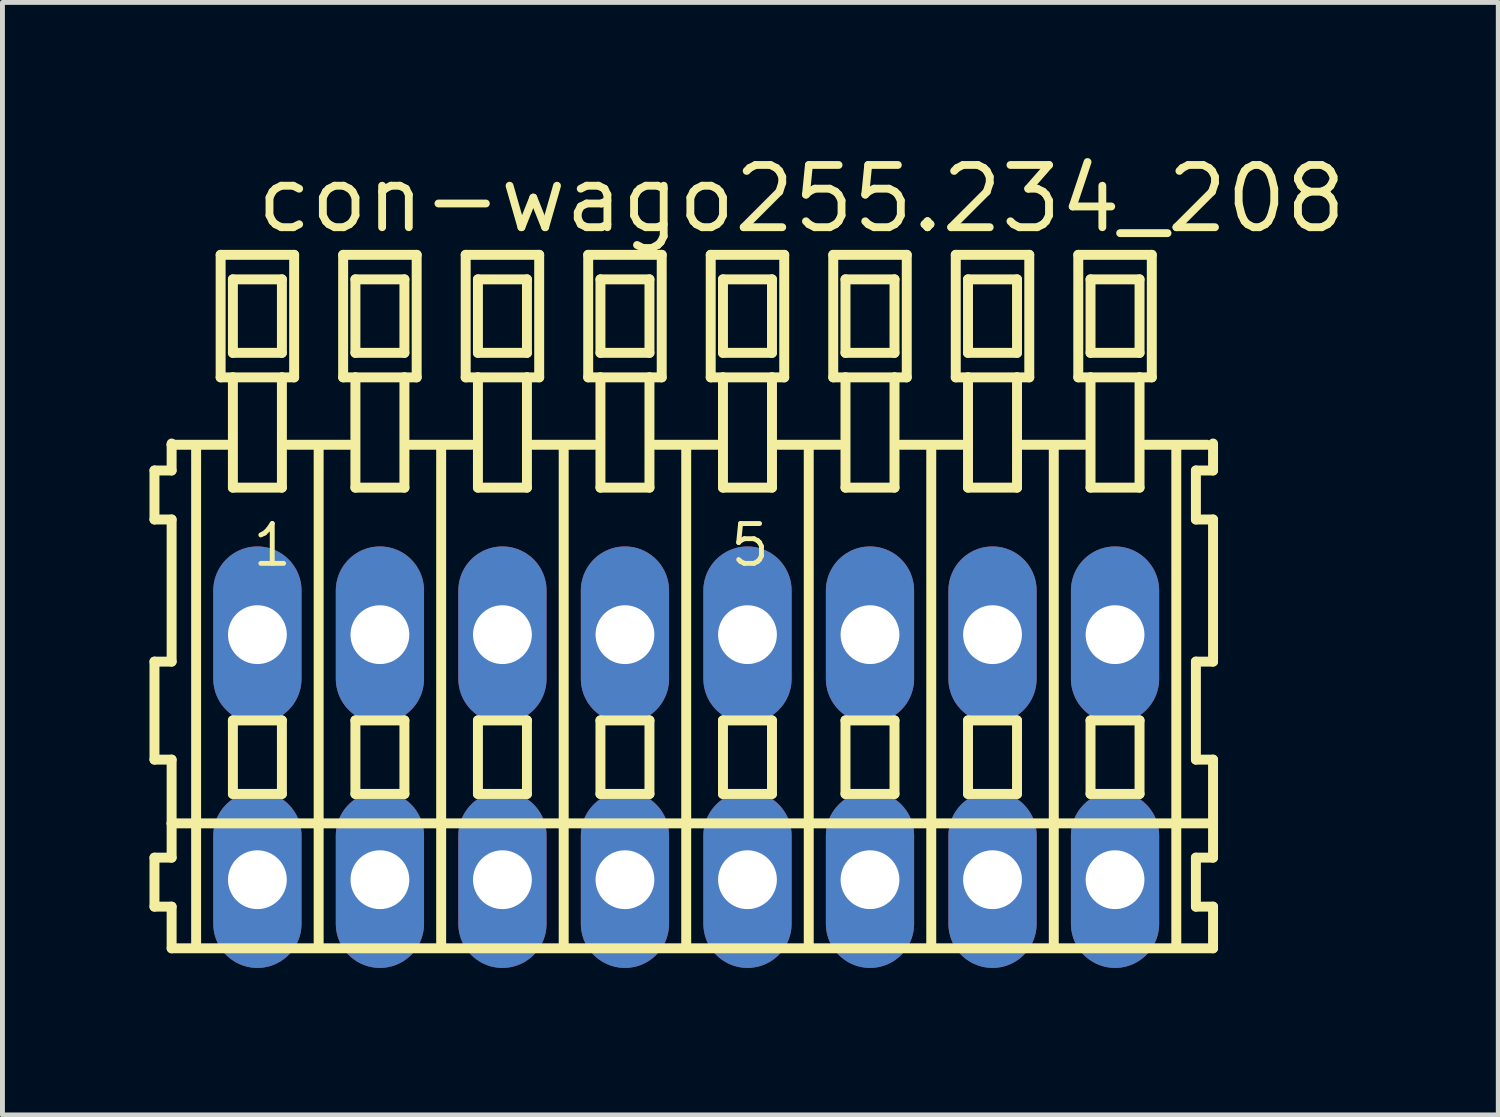
<source format=kicad_pcb>
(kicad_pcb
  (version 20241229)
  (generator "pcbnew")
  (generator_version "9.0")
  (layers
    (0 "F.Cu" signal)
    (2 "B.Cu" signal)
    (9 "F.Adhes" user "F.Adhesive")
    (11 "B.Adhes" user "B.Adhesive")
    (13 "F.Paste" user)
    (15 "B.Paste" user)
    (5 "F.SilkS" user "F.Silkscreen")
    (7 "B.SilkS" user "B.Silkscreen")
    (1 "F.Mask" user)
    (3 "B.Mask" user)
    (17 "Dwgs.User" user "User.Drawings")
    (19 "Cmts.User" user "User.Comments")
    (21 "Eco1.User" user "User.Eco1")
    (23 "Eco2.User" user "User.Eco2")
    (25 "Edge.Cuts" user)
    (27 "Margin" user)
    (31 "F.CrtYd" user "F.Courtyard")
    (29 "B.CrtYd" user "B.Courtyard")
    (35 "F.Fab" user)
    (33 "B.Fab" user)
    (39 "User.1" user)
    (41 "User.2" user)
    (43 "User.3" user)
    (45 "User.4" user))
  (footprint "con-wago255.234_208"
    (layer "F.Cu")
    (at 10.952 12.4)
    (property "Reference" "con-wago255.234_208" (at -8.85 -10.65 0) (layer "F.SilkS") (effects (font (size 1.27 1.27) (thickness 0.16)) (justify left bottom)))
    (attr through_hole)
    (fp_line (start -10.85 -5.85) (end -10.85 -4.85) (stroke (width 0.203) (type default)) (layer "F.SilkS"))
    (fp_line (start -10.85 -4.85) (end -10.5 -4.85) (stroke (width 0.203) (type default)) (layer "F.SilkS"))
    (fp_line (start -10.85 -1.95) (end -10.85 0.05) (stroke (width 0.203) (type default)) (layer "F.SilkS"))
    (fp_line (start -10.85 0.05) (end -10.5 0.05) (stroke (width 0.203) (type default)) (layer "F.SilkS"))
    (fp_line (start -10.85 2.05) (end -10.85 3.05) (stroke (width 0.203) (type default)) (layer "F.SilkS"))
    (fp_line (start -10.85 3.05) (end -10.5 3.05) (stroke (width 0.203) (type default)) (layer "F.SilkS"))
    (fp_line (start -10.5 -6.4) (end -10.5 -6.375) (stroke (width 0.203) (type default)) (layer "F.SilkS"))
    (fp_line (start -10.5 -6.375) (end -10.5 -5.85) (stroke (width 0.203) (type default)) (layer "F.SilkS"))
    (fp_line (start -10.5 -6.375) (end -9.375 -6.375) (stroke (width 0.203) (type default)) (layer "F.SilkS"))
    (fp_line (start -10.5 -5.85) (end -10.85 -5.85) (stroke (width 0.203) (type default)) (layer "F.SilkS"))
    (fp_line (start -10.5 -4.85) (end -10.5 -1.95) (stroke (width 0.203) (type default)) (layer "F.SilkS"))
    (fp_line (start -10.5 -1.95) (end -10.85 -1.95) (stroke (width 0.203) (type default)) (layer "F.SilkS"))
    (fp_line (start -10.5 0.05) (end -10.5 1.35) (stroke (width 0.203) (type default)) (layer "F.SilkS"))
    (fp_line (start -10.5 1.35) (end -10.5 2.05) (stroke (width 0.203) (type default)) (layer "F.SilkS"))
    (fp_line (start -10.5 1.35) (end 10.75 1.35) (stroke (width 0.203) (type default)) (layer "F.SilkS"))
    (fp_line (start -10.5 2.05) (end -10.85 2.05) (stroke (width 0.203) (type default)) (layer "F.SilkS"))
    (fp_line (start -10.5 3.05) (end -10.5 3.9) (stroke (width 0.203) (type default)) (layer "F.SilkS"))
    (fp_line (start -10.5 3.9) (end 10.75 3.9) (stroke (width 0.203) (type default)) (layer "F.SilkS"))
    (fp_line (start -10 -6.35) (end -10 3.8) (stroke (width 0.203) (type default)) (layer "F.SilkS"))
    (fp_line (start -9.5 -10.25) (end -9.5 -7.75) (stroke (width 0.203) (type default)) (layer "F.SilkS"))
    (fp_line (start -9.5 -7.75) (end -9.25 -7.75) (stroke (width 0.203) (type default)) (layer "F.SilkS"))
    (fp_line (start -9.25 -9.75) (end -9.25 -8.25) (stroke (width 0.203) (type default)) (layer "F.SilkS"))
    (fp_line (start -9.25 -8.25) (end -8.25 -8.25) (stroke (width 0.203) (type default)) (layer "F.SilkS"))
    (fp_line (start -9.25 -7.75) (end -9.25 -5.5) (stroke (width 0.203) (type default)) (layer "F.SilkS"))
    (fp_line (start -9.25 -7.75) (end -8.25 -7.75) (stroke (width 0.203) (type default)) (layer "F.SilkS"))
    (fp_line (start -9.25 -5.5) (end -8.25 -5.5) (stroke (width 0.203) (type default)) (layer "F.SilkS"))
    (fp_line (start -9.25 -0.75) (end -9.25 0.75) (stroke (width 0.203) (type default)) (layer "F.SilkS"))
    (fp_line (start -9.25 0.75) (end -8.25 0.75) (stroke (width 0.203) (type default)) (layer "F.SilkS"))
    (fp_line (start -8.25 -9.75) (end -9.25 -9.75) (stroke (width 0.203) (type default)) (layer "F.SilkS"))
    (fp_line (start -8.25 -8.25) (end -8.25 -9.75) (stroke (width 0.203) (type default)) (layer "F.SilkS"))
    (fp_line (start -8.25 -7.75) (end -8 -7.75) (stroke (width 0.203) (type default)) (layer "F.SilkS"))
    (fp_line (start -8.25 -5.5) (end -8.25 -7.75) (stroke (width 0.203) (type default)) (layer "F.SilkS"))
    (fp_line (start -8.25 -0.75) (end -9.25 -0.75) (stroke (width 0.203) (type default)) (layer "F.SilkS"))
    (fp_line (start -8.25 0.75) (end -8.25 -0.75) (stroke (width 0.203) (type default)) (layer "F.SilkS"))
    (fp_line (start -8.125 -6.375) (end -6.875 -6.375) (stroke (width 0.203) (type default)) (layer "F.SilkS"))
    (fp_line (start -8 -10.25) (end -9.5 -10.25) (stroke (width 0.203) (type default)) (layer "F.SilkS"))
    (fp_line (start -8 -7.75) (end -8 -10.25) (stroke (width 0.203) (type default)) (layer "F.SilkS"))
    (fp_line (start -7.5 -6.35) (end -7.5 3.8) (stroke (width 0.203) (type default)) (layer "F.SilkS"))
    (fp_line (start -7 -10.25) (end -7 -7.75) (stroke (width 0.203) (type default)) (layer "F.SilkS"))
    (fp_line (start -7 -7.75) (end -6.75 -7.75) (stroke (width 0.203) (type default)) (layer "F.SilkS"))
    (fp_line (start -6.75 -9.75) (end -6.75 -8.25) (stroke (width 0.203) (type default)) (layer "F.SilkS"))
    (fp_line (start -6.75 -8.25) (end -5.75 -8.25) (stroke (width 0.203) (type default)) (layer "F.SilkS"))
    (fp_line (start -6.75 -7.75) (end -6.75 -5.5) (stroke (width 0.203) (type default)) (layer "F.SilkS"))
    (fp_line (start -6.75 -7.75) (end -5.75 -7.75) (stroke (width 0.203) (type default)) (layer "F.SilkS"))
    (fp_line (start -6.75 -5.5) (end -5.75 -5.5) (stroke (width 0.203) (type default)) (layer "F.SilkS"))
    (fp_line (start -6.75 -0.75) (end -6.75 0.75) (stroke (width 0.203) (type default)) (layer "F.SilkS"))
    (fp_line (start -6.75 0.75) (end -5.75 0.75) (stroke (width 0.203) (type default)) (layer "F.SilkS"))
    (fp_line (start -5.75 -9.75) (end -6.75 -9.75) (stroke (width 0.203) (type default)) (layer "F.SilkS"))
    (fp_line (start -5.75 -8.25) (end -5.75 -9.75) (stroke (width 0.203) (type default)) (layer "F.SilkS"))
    (fp_line (start -5.75 -7.75) (end -5.5 -7.75) (stroke (width 0.203) (type default)) (layer "F.SilkS"))
    (fp_line (start -5.75 -5.5) (end -5.75 -7.75) (stroke (width 0.203) (type default)) (layer "F.SilkS"))
    (fp_line (start -5.75 -0.75) (end -6.75 -0.75) (stroke (width 0.203) (type default)) (layer "F.SilkS"))
    (fp_line (start -5.75 0.75) (end -5.75 -0.75) (stroke (width 0.203) (type default)) (layer "F.SilkS"))
    (fp_line (start -5.625 -6.375) (end -4.375 -6.375) (stroke (width 0.203) (type default)) (layer "F.SilkS"))
    (fp_line (start -5.5 -10.25) (end -7 -10.25) (stroke (width 0.203) (type default)) (layer "F.SilkS"))
    (fp_line (start -5.5 -7.75) (end -5.5 -10.25) (stroke (width 0.203) (type default)) (layer "F.SilkS"))
    (fp_line (start -5 -6.35) (end -5 3.8) (stroke (width 0.203) (type default)) (layer "F.SilkS"))
    (fp_line (start -4.5 -10.25) (end -4.5 -7.75) (stroke (width 0.203) (type default)) (layer "F.SilkS"))
    (fp_line (start -4.5 -7.75) (end -4.25 -7.75) (stroke (width 0.203) (type default)) (layer "F.SilkS"))
    (fp_line (start -4.25 -9.75) (end -4.25 -8.25) (stroke (width 0.203) (type default)) (layer "F.SilkS"))
    (fp_line (start -4.25 -8.25) (end -3.25 -8.25) (stroke (width 0.203) (type default)) (layer "F.SilkS"))
    (fp_line (start -4.25 -7.75) (end -4.25 -5.5) (stroke (width 0.203) (type default)) (layer "F.SilkS"))
    (fp_line (start -4.25 -7.75) (end -3.25 -7.75) (stroke (width 0.203) (type default)) (layer "F.SilkS"))
    (fp_line (start -4.25 -5.5) (end -3.25 -5.5) (stroke (width 0.203) (type default)) (layer "F.SilkS"))
    (fp_line (start -4.25 -0.75) (end -4.25 0.75) (stroke (width 0.203) (type default)) (layer "F.SilkS"))
    (fp_line (start -4.25 0.75) (end -3.25 0.75) (stroke (width 0.203) (type default)) (layer "F.SilkS"))
    (fp_line (start -3.25 -9.75) (end -4.25 -9.75) (stroke (width 0.203) (type default)) (layer "F.SilkS"))
    (fp_line (start -3.25 -8.25) (end -3.25 -9.75) (stroke (width 0.203) (type default)) (layer "F.SilkS"))
    (fp_line (start -3.25 -7.75) (end -3 -7.75) (stroke (width 0.203) (type default)) (layer "F.SilkS"))
    (fp_line (start -3.25 -5.5) (end -3.25 -7.75) (stroke (width 0.203) (type default)) (layer "F.SilkS"))
    (fp_line (start -3.25 -0.75) (end -4.25 -0.75) (stroke (width 0.203) (type default)) (layer "F.SilkS"))
    (fp_line (start -3.25 0.75) (end -3.25 -0.75) (stroke (width 0.203) (type default)) (layer "F.SilkS"))
    (fp_line (start -3.125 -6.375) (end -1.875 -6.375) (stroke (width 0.203) (type default)) (layer "F.SilkS"))
    (fp_line (start -3 -10.25) (end -4.5 -10.25) (stroke (width 0.203) (type default)) (layer "F.SilkS"))
    (fp_line (start -3 -7.75) (end -3 -10.25) (stroke (width 0.203) (type default)) (layer "F.SilkS"))
    (fp_line (start -2.5 -6.35) (end -2.5 3.8) (stroke (width 0.203) (type default)) (layer "F.SilkS"))
    (fp_line (start -2 -10.25) (end -2 -7.75) (stroke (width 0.203) (type default)) (layer "F.SilkS"))
    (fp_line (start -2 -7.75) (end -1.75 -7.75) (stroke (width 0.203) (type default)) (layer "F.SilkS"))
    (fp_line (start -1.75 -9.75) (end -1.75 -8.25) (stroke (width 0.203) (type default)) (layer "F.SilkS"))
    (fp_line (start -1.75 -8.25) (end -0.75 -8.25) (stroke (width 0.203) (type default)) (layer "F.SilkS"))
    (fp_line (start -1.75 -7.75) (end -1.75 -5.5) (stroke (width 0.203) (type default)) (layer "F.SilkS"))
    (fp_line (start -1.75 -7.75) (end -0.75 -7.75) (stroke (width 0.203) (type default)) (layer "F.SilkS"))
    (fp_line (start -1.75 -5.5) (end -0.75 -5.5) (stroke (width 0.203) (type default)) (layer "F.SilkS"))
    (fp_line (start -1.75 -0.75) (end -1.75 0.75) (stroke (width 0.203) (type default)) (layer "F.SilkS"))
    (fp_line (start -1.75 0.75) (end -0.75 0.75) (stroke (width 0.203) (type default)) (layer "F.SilkS"))
    (fp_line (start -0.75 -9.75) (end -1.75 -9.75) (stroke (width 0.203) (type default)) (layer "F.SilkS"))
    (fp_line (start -0.75 -8.25) (end -0.75 -9.75) (stroke (width 0.203) (type default)) (layer "F.SilkS"))
    (fp_line (start -0.75 -7.75) (end -0.5 -7.75) (stroke (width 0.203) (type default)) (layer "F.SilkS"))
    (fp_line (start -0.75 -5.5) (end -0.75 -7.75) (stroke (width 0.203) (type default)) (layer "F.SilkS"))
    (fp_line (start -0.75 -0.75) (end -1.75 -0.75) (stroke (width 0.203) (type default)) (layer "F.SilkS"))
    (fp_line (start -0.75 0.75) (end -0.75 -0.75) (stroke (width 0.203) (type default)) (layer "F.SilkS"))
    (fp_line (start -0.625 -6.375) (end 0.625 -6.375) (stroke (width 0.203) (type default)) (layer "F.SilkS"))
    (fp_line (start -0.5 -10.25) (end -2 -10.25) (stroke (width 0.203) (type default)) (layer "F.SilkS"))
    (fp_line (start -0.5 -7.75) (end -0.5 -10.25) (stroke (width 0.203) (type default)) (layer "F.SilkS"))
    (fp_line (start 0 -6.35) (end 0 3.8) (stroke (width 0.203) (type default)) (layer "F.SilkS"))
    (fp_line (start 0.5 -10.25) (end 0.5 -7.75) (stroke (width 0.203) (type default)) (layer "F.SilkS"))
    (fp_line (start 0.5 -7.75) (end 0.75 -7.75) (stroke (width 0.203) (type default)) (layer "F.SilkS"))
    (fp_line (start 0.75 -9.75) (end 0.75 -8.25) (stroke (width 0.203) (type default)) (layer "F.SilkS"))
    (fp_line (start 0.75 -8.25) (end 1.75 -8.25) (stroke (width 0.203) (type default)) (layer "F.SilkS"))
    (fp_line (start 0.75 -7.75) (end 0.75 -5.5) (stroke (width 0.203) (type default)) (layer "F.SilkS"))
    (fp_line (start 0.75 -7.75) (end 1.75 -7.75) (stroke (width 0.203) (type default)) (layer "F.SilkS"))
    (fp_line (start 0.75 -5.5) (end 1.75 -5.5) (stroke (width 0.203) (type default)) (layer "F.SilkS"))
    (fp_line (start 0.75 -0.75) (end 0.75 0.75) (stroke (width 0.203) (type default)) (layer "F.SilkS"))
    (fp_line (start 0.75 0.75) (end 1.75 0.75) (stroke (width 0.203) (type default)) (layer "F.SilkS"))
    (fp_line (start 1.75 -9.75) (end 0.75 -9.75) (stroke (width 0.203) (type default)) (layer "F.SilkS"))
    (fp_line (start 1.75 -8.25) (end 1.75 -9.75) (stroke (width 0.203) (type default)) (layer "F.SilkS"))
    (fp_line (start 1.75 -7.75) (end 2 -7.75) (stroke (width 0.203) (type default)) (layer "F.SilkS"))
    (fp_line (start 1.75 -5.5) (end 1.75 -7.75) (stroke (width 0.203) (type default)) (layer "F.SilkS"))
    (fp_line (start 1.75 -0.75) (end 0.75 -0.75) (stroke (width 0.203) (type default)) (layer "F.SilkS"))
    (fp_line (start 1.75 0.75) (end 1.75 -0.75) (stroke (width 0.203) (type default)) (layer "F.SilkS"))
    (fp_line (start 1.875 -6.375) (end 3.125 -6.375) (stroke (width 0.203) (type default)) (layer "F.SilkS"))
    (fp_line (start 2 -10.25) (end 0.5 -10.25) (stroke (width 0.203) (type default)) (layer "F.SilkS"))
    (fp_line (start 2 -7.75) (end 2 -10.25) (stroke (width 0.203) (type default)) (layer "F.SilkS"))
    (fp_line (start 2.5 -6.35) (end 2.5 3.8) (stroke (width 0.203) (type default)) (layer "F.SilkS"))
    (fp_line (start 3 -10.25) (end 3 -7.75) (stroke (width 0.203) (type default)) (layer "F.SilkS"))
    (fp_line (start 3 -7.75) (end 3.25 -7.75) (stroke (width 0.203) (type default)) (layer "F.SilkS"))
    (fp_line (start 3.25 -9.75) (end 3.25 -8.25) (stroke (width 0.203) (type default)) (layer "F.SilkS"))
    (fp_line (start 3.25 -8.25) (end 4.25 -8.25) (stroke (width 0.203) (type default)) (layer "F.SilkS"))
    (fp_line (start 3.25 -7.75) (end 3.25 -5.5) (stroke (width 0.203) (type default)) (layer "F.SilkS"))
    (fp_line (start 3.25 -7.75) (end 4.25 -7.75) (stroke (width 0.203) (type default)) (layer "F.SilkS"))
    (fp_line (start 3.25 -5.5) (end 4.25 -5.5) (stroke (width 0.203) (type default)) (layer "F.SilkS"))
    (fp_line (start 3.25 -0.75) (end 3.25 0.75) (stroke (width 0.203) (type default)) (layer "F.SilkS"))
    (fp_line (start 3.25 0.75) (end 4.25 0.75) (stroke (width 0.203) (type default)) (layer "F.SilkS"))
    (fp_line (start 4.25 -9.75) (end 3.25 -9.75) (stroke (width 0.203) (type default)) (layer "F.SilkS"))
    (fp_line (start 4.25 -8.25) (end 4.25 -9.75) (stroke (width 0.203) (type default)) (layer "F.SilkS"))
    (fp_line (start 4.25 -7.75) (end 4.5 -7.75) (stroke (width 0.203) (type default)) (layer "F.SilkS"))
    (fp_line (start 4.25 -5.5) (end 4.25 -7.75) (stroke (width 0.203) (type default)) (layer "F.SilkS"))
    (fp_line (start 4.25 -0.75) (end 3.25 -0.75) (stroke (width 0.203) (type default)) (layer "F.SilkS"))
    (fp_line (start 4.25 0.75) (end 4.25 -0.75) (stroke (width 0.203) (type default)) (layer "F.SilkS"))
    (fp_line (start 4.375 -6.375) (end 5.625 -6.375) (stroke (width 0.203) (type default)) (layer "F.SilkS"))
    (fp_line (start 4.5 -10.25) (end 3 -10.25) (stroke (width 0.203) (type default)) (layer "F.SilkS"))
    (fp_line (start 4.5 -7.75) (end 4.5 -10.25) (stroke (width 0.203) (type default)) (layer "F.SilkS"))
    (fp_line (start 5 -6.35) (end 5 3.8) (stroke (width 0.203) (type default)) (layer "F.SilkS"))
    (fp_line (start 5.5 -10.25) (end 5.5 -7.75) (stroke (width 0.203) (type default)) (layer "F.SilkS"))
    (fp_line (start 5.5 -7.75) (end 5.75 -7.75) (stroke (width 0.203) (type default)) (layer "F.SilkS"))
    (fp_line (start 5.75 -9.75) (end 5.75 -8.25) (stroke (width 0.203) (type default)) (layer "F.SilkS"))
    (fp_line (start 5.75 -8.25) (end 6.75 -8.25) (stroke (width 0.203) (type default)) (layer "F.SilkS"))
    (fp_line (start 5.75 -7.75) (end 5.75 -5.5) (stroke (width 0.203) (type default)) (layer "F.SilkS"))
    (fp_line (start 5.75 -7.75) (end 6.75 -7.75) (stroke (width 0.203) (type default)) (layer "F.SilkS"))
    (fp_line (start 5.75 -5.5) (end 6.75 -5.5) (stroke (width 0.203) (type default)) (layer "F.SilkS"))
    (fp_line (start 5.75 -0.75) (end 5.75 0.75) (stroke (width 0.203) (type default)) (layer "F.SilkS"))
    (fp_line (start 5.75 0.75) (end 6.75 0.75) (stroke (width 0.203) (type default)) (layer "F.SilkS"))
    (fp_line (start 6.75 -9.75) (end 5.75 -9.75) (stroke (width 0.203) (type default)) (layer "F.SilkS"))
    (fp_line (start 6.75 -8.25) (end 6.75 -9.75) (stroke (width 0.203) (type default)) (layer "F.SilkS"))
    (fp_line (start 6.75 -7.75) (end 7 -7.75) (stroke (width 0.203) (type default)) (layer "F.SilkS"))
    (fp_line (start 6.75 -5.5) (end 6.75 -7.75) (stroke (width 0.203) (type default)) (layer "F.SilkS"))
    (fp_line (start 6.75 -0.75) (end 5.75 -0.75) (stroke (width 0.203) (type default)) (layer "F.SilkS"))
    (fp_line (start 6.75 0.75) (end 6.75 -0.75) (stroke (width 0.203) (type default)) (layer "F.SilkS"))
    (fp_line (start 6.875 -6.375) (end 8.125 -6.375) (stroke (width 0.203) (type default)) (layer "F.SilkS"))
    (fp_line (start 7 -10.25) (end 5.5 -10.25) (stroke (width 0.203) (type default)) (layer "F.SilkS"))
    (fp_line (start 7 -7.75) (end 7 -10.25) (stroke (width 0.203) (type default)) (layer "F.SilkS"))
    (fp_line (start 7.5 -6.35) (end 7.5 3.8) (stroke (width 0.203) (type default)) (layer "F.SilkS"))
    (fp_line (start 8 -10.25) (end 8 -7.75) (stroke (width 0.203) (type default)) (layer "F.SilkS"))
    (fp_line (start 8 -7.75) (end 8.25 -7.75) (stroke (width 0.203) (type default)) (layer "F.SilkS"))
    (fp_line (start 8.25 -9.75) (end 8.25 -8.25) (stroke (width 0.203) (type default)) (layer "F.SilkS"))
    (fp_line (start 8.25 -8.25) (end 9.25 -8.25) (stroke (width 0.203) (type default)) (layer "F.SilkS"))
    (fp_line (start 8.25 -7.75) (end 8.25 -5.5) (stroke (width 0.203) (type default)) (layer "F.SilkS"))
    (fp_line (start 8.25 -7.75) (end 9.25 -7.75) (stroke (width 0.203) (type default)) (layer "F.SilkS"))
    (fp_line (start 8.25 -5.5) (end 9.25 -5.5) (stroke (width 0.203) (type default)) (layer "F.SilkS"))
    (fp_line (start 8.25 -0.75) (end 8.25 0.75) (stroke (width 0.203) (type default)) (layer "F.SilkS"))
    (fp_line (start 8.25 0.75) (end 9.25 0.75) (stroke (width 0.203) (type default)) (layer "F.SilkS"))
    (fp_line (start 9.25 -9.75) (end 8.25 -9.75) (stroke (width 0.203) (type default)) (layer "F.SilkS"))
    (fp_line (start 9.25 -8.25) (end 9.25 -9.75) (stroke (width 0.203) (type default)) (layer "F.SilkS"))
    (fp_line (start 9.25 -7.75) (end 9.5 -7.75) (stroke (width 0.203) (type default)) (layer "F.SilkS"))
    (fp_line (start 9.25 -5.5) (end 9.25 -7.75) (stroke (width 0.203) (type default)) (layer "F.SilkS"))
    (fp_line (start 9.25 -0.75) (end 8.25 -0.75) (stroke (width 0.203) (type default)) (layer "F.SilkS"))
    (fp_line (start 9.25 0.75) (end 9.25 -0.75) (stroke (width 0.203) (type default)) (layer "F.SilkS"))
    (fp_line (start 9.375 -6.375) (end 10.625 -6.375) (stroke (width 0.203) (type default)) (layer "F.SilkS"))
    (fp_line (start 9.5 -10.25) (end 8 -10.25) (stroke (width 0.203) (type default)) (layer "F.SilkS"))
    (fp_line (start 9.5 -7.75) (end 9.5 -10.25) (stroke (width 0.203) (type default)) (layer "F.SilkS"))
    (fp_line (start 10 -6.35) (end 10 3.8) (stroke (width 0.203) (type default)) (layer "F.SilkS"))
    (fp_line (start 10.4 -5.85) (end 10.4 -4.85) (stroke (width 0.203) (type default)) (layer "F.SilkS"))
    (fp_line (start 10.4 -4.85) (end 10.75 -4.85) (stroke (width 0.203) (type default)) (layer "F.SilkS"))
    (fp_line (start 10.4 -1.95) (end 10.4 0.05) (stroke (width 0.203) (type default)) (layer "F.SilkS"))
    (fp_line (start 10.4 0.05) (end 10.75 0.05) (stroke (width 0.203) (type default)) (layer "F.SilkS"))
    (fp_line (start 10.4 2.05) (end 10.4 3.05) (stroke (width 0.203) (type default)) (layer "F.SilkS"))
    (fp_line (start 10.4 3.05) (end 10.75 3.05) (stroke (width 0.203) (type default)) (layer "F.SilkS"))
    (fp_line (start 10.75 -5.85) (end 10.4 -5.85) (stroke (width 0.203) (type default)) (layer "F.SilkS"))
    (fp_line (start 10.75 -5.85) (end 10.75 -6.4) (stroke (width 0.203) (type default)) (layer "F.SilkS"))
    (fp_line (start 10.75 -1.95) (end 10.4 -1.95) (stroke (width 0.203) (type default)) (layer "F.SilkS"))
    (fp_line (start 10.75 -1.95) (end 10.75 -4.85) (stroke (width 0.203) (type default)) (layer "F.SilkS"))
    (fp_line (start 10.75 1.35) (end 10.75 0.05) (stroke (width 0.203) (type default)) (layer "F.SilkS"))
    (fp_line (start 10.75 2.05) (end 10.4 2.05) (stroke (width 0.203) (type default)) (layer "F.SilkS"))
    (fp_line (start 10.75 2.05) (end 10.75 1.35) (stroke (width 0.203) (type default)) (layer "F.SilkS"))
    (fp_line (start 10.75 3.9) (end 10.75 3.05) (stroke (width 0.203) (type default)) (layer "F.SilkS"))
    (fp_text user "1" (at -8.9 -3.85 0) (layer "F.SilkS") (effects (font (size 0.813 0.813) (thickness 0.1)) (justify left bottom)))
    (fp_text user "5" (at 0.85 -3.85 0) (layer "F.SilkS") (effects (font (size 0.813 0.813) (thickness 0.1)) (justify left bottom)))
    (pad "A1" thru_hole oval (at -8.75 -2.5 90) (size 3.6 1.8) (drill 1.2) (layers "*.Cu" "*.Mask"))
    (pad "A2" thru_hole oval (at -6.25 -2.5 90) (size 3.6 1.8) (drill 1.2) (layers "*.Cu" "*.Mask"))
    (pad "A3" thru_hole oval (at -3.75 -2.5 90) (size 3.6 1.8) (drill 1.2) (layers "*.Cu" "*.Mask"))
    (pad "A4" thru_hole oval (at -1.25 -2.5 90) (size 3.6 1.8) (drill 1.2) (layers "*.Cu" "*.Mask"))
    (pad "A5" thru_hole oval (at 1.25 -2.5 90) (size 3.6 1.8) (drill 1.2) (layers "*.Cu" "*.Mask"))
    (pad "A6" thru_hole oval (at 3.75 -2.5 90) (size 3.6 1.8) (drill 1.2) (layers "*.Cu" "*.Mask"))
    (pad "A7" thru_hole oval (at 6.25 -2.5 90) (size 3.6 1.8) (drill 1.2) (layers "*.Cu" "*.Mask"))
    (pad "A8" thru_hole oval (at 8.75 -2.5 90) (size 3.6 1.8) (drill 1.2) (layers "*.Cu" "*.Mask"))
    (pad "B1" thru_hole oval (at -8.75 2.5 90) (size 3.6 1.8) (drill 1.2) (layers "*.Cu" "*.Mask"))
    (pad "B2" thru_hole oval (at -6.25 2.5 90) (size 3.6 1.8) (drill 1.2) (layers "*.Cu" "*.Mask"))
    (pad "B3" thru_hole oval (at -3.75 2.5 90) (size 3.6 1.8) (drill 1.2) (layers "*.Cu" "*.Mask"))
    (pad "B4" thru_hole oval (at -1.25 2.5 90) (size 3.6 1.8) (drill 1.2) (layers "*.Cu" "*.Mask"))
    (pad "B5" thru_hole oval (at 1.25 2.5 90) (size 3.6 1.8) (drill 1.2) (layers "*.Cu" "*.Mask"))
    (pad "B6" thru_hole oval (at 3.75 2.5 90) (size 3.6 1.8) (drill 1.2) (layers "*.Cu" "*.Mask"))
    (pad "B7" thru_hole oval (at 6.25 2.5 90) (size 3.6 1.8) (drill 1.2) (layers "*.Cu" "*.Mask"))
    (pad "B8" thru_hole oval (at 8.75 2.5 90) (size 3.6 1.8) (drill 1.2) (layers "*.Cu" "*.Mask")))
  (gr_rect
    (start -3 -3)
    (end 27.522 19.7)
    (stroke (width 0.1) (type default))
    (fill no)
    (layer "Edge.Cuts")))
</source>
